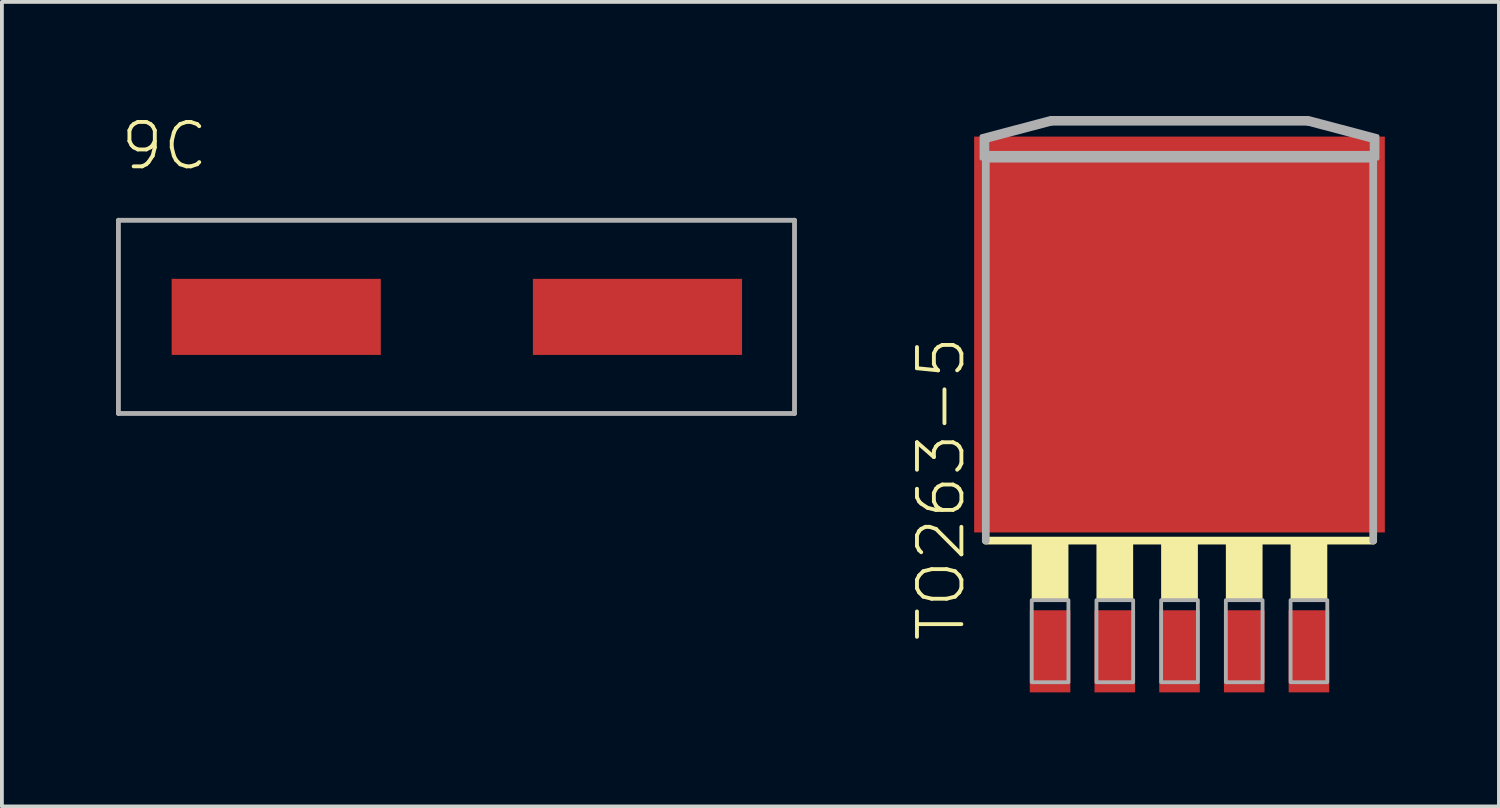
<source format=kicad_pcb>
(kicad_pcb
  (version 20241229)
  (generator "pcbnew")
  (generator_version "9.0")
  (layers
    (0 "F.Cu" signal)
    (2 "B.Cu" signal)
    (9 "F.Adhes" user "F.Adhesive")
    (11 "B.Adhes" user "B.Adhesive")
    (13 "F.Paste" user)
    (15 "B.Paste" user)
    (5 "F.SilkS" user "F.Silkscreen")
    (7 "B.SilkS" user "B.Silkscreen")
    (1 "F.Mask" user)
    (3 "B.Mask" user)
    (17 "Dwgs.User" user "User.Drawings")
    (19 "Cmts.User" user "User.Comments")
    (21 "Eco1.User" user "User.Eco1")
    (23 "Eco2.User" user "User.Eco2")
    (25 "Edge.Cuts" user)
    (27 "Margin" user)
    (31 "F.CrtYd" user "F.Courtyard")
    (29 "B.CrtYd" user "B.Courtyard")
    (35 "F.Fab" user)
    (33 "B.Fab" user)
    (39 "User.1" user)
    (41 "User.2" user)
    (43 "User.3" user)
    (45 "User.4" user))
  (footprint "TO263-5"
    (layer "F.Cu")
    (at 27.968 8.287)
    (property "Reference" "TO263-5" (at -5.588 5.588 90) (unlocked yes) (layer "F.SilkS") (effects (font (size 1.168 1.168) (thickness 0.102)) (justify left bottom)))
    (fp_line (start 5.094 2.88) (end -5.094 2.88) (stroke (width 0.203) (type solid)) (layer "F.SilkS"))
    (fp_poly (pts (xy -3.886 4.47) (xy -2.921 4.47) (xy -2.921 2.794) (xy -3.886 2.794)) (stroke (width 0) (type default)) (fill yes) (layer "F.SilkS"))
    (fp_poly (pts (xy -2.184 4.47) (xy -1.219 4.47) (xy -1.219 2.794) (xy -2.184 2.794)) (stroke (width 0) (type default)) (fill yes) (layer "F.SilkS"))
    (fp_poly (pts (xy -0.483 4.47) (xy 0.483 4.47) (xy 0.483 2.794) (xy -0.483 2.794)) (stroke (width 0) (type default)) (fill yes) (layer "F.SilkS"))
    (fp_poly (pts (xy 1.219 4.47) (xy 2.184 4.47) (xy 2.184 2.794) (xy 1.219 2.794)) (stroke (width 0) (type default)) (fill yes) (layer "F.SilkS"))
    (fp_poly (pts (xy 2.921 4.47) (xy 3.886 4.47) (xy 3.886 2.794) (xy 2.921 2.794)) (stroke (width 0) (type default)) (fill yes) (layer "F.SilkS"))
    (fp_line (start -5.105 -7.678) (end -3.378 -8.135) (stroke (width 0.203) (type solid)) (layer "F.Fab"))
    (fp_line (start -5.105 -7.267) (end -5.105 -7.678) (stroke (width 0.203) (type solid)) (layer "F.Fab"))
    (fp_line (start -5.094 -7.165) (end 5.094 -7.165) (stroke (width 0.203) (type solid)) (layer "F.Fab"))
    (fp_line (start -5.094 2.88) (end -5.094 -7.165) (stroke (width 0.203) (type solid)) (layer "F.Fab"))
    (fp_line (start -3.378 -8.135) (end 3.378 -8.135) (stroke (width 0.203) (type solid)) (layer "F.Fab"))
    (fp_line (start 3.378 -8.135) (end 5.105 -7.678) (stroke (width 0.203) (type solid)) (layer "F.Fab"))
    (fp_line (start 5.094 -7.165) (end 5.094 2.88) (stroke (width 0.203) (type solid)) (layer "F.Fab"))
    (fp_line (start 5.105 -7.678) (end 5.105 -7.267) (stroke (width 0.203) (type solid)) (layer "F.Fab"))
    (fp_line (start 5.105 -7.267) (end -5.105 -7.267) (stroke (width 0.203) (type solid)) (layer "F.Fab"))
    (fp_poly (pts (xy -3.886 6.604) (xy -2.921 6.604) (xy -2.921 4.445) (xy -3.886 4.445)) (stroke (width 0.1) (type default)) (fill no) (layer "F.Fab"))
    (fp_poly (pts (xy -2.184 6.604) (xy -1.219 6.604) (xy -1.219 4.445) (xy -2.184 4.445)) (stroke (width 0.1) (type default)) (fill no) (layer "F.Fab"))
    (fp_poly (pts (xy -0.483 6.604) (xy 0.483 6.604) (xy 0.483 4.445) (xy -0.483 4.445)) (stroke (width 0.1) (type default)) (fill no) (layer "F.Fab"))
    (fp_poly (pts (xy 1.219 6.604) (xy 2.184 6.604) (xy 2.184 4.445) (xy 1.219 4.445)) (stroke (width 0.1) (type default)) (fill no) (layer "F.Fab"))
    (fp_poly (pts (xy 2.921 6.604) (xy 3.886 6.604) (xy 3.886 4.445) (xy 2.921 4.445)) (stroke (width 0.1) (type default)) (fill no) (layer "F.Fab"))
    (fp_poly (pts (xy 5.207 -7.756) (xy 5.207 -7.165) (xy -5.207 -7.165) (xy -5.207 -7.756) (xy -3.391 -8.237) (xy 3.391 -8.237)) (stroke (width 0.1) (type default)) (fill no) (layer "F.Fab"))
    (pad "1" smd rect (at -3.404 5.791) (size 1.067 2.159) (layers "F.Cu" "F.Mask" "F.Paste"))
    (pad "2" smd rect (at -1.702 5.791) (size 1.067 2.159) (layers "F.Cu" "F.Mask" "F.Paste"))
    (pad "3" smd rect (at 0 5.791) (size 1.067 2.159) (layers "F.Cu" "F.Mask" "F.Paste"))
    (pad "4" smd rect (at 1.702 5.791) (size 1.067 2.159) (layers "F.Cu" "F.Mask" "F.Paste"))
    (pad "5" smd rect (at 3.404 5.791) (size 1.067 2.159) (layers "F.Cu" "F.Mask" "F.Paste"))
    (pad "6" smd rect (at 0 -2.54) (size 10.8 10.41) (layers "F.Cu" "F.Mask" "F.Paste")))
  (footprint "9C"
    (layer "F.Cu")
    (at 8.954 5.283)
    (property "Reference" "9C" (at -8.89 -3.81 0) (unlocked yes) (layer "F.SilkS") (effects (font (size 1.168 1.168) (thickness 0.102)) (justify left bottom)))
    (fp_line (start -8.89 -2.54) (end -8.89 2.54) (stroke (width 0.127) (type solid)) (layer "F.Fab"))
    (fp_line (start -8.89 2.54) (end 8.89 2.54) (stroke (width 0.127) (type solid)) (layer "F.Fab"))
    (fp_line (start 8.89 -2.54) (end -8.89 -2.54) (stroke (width 0.127) (type solid)) (layer "F.Fab"))
    (fp_line (start 8.89 2.54) (end 8.89 -2.54) (stroke (width 0.127) (type solid)) (layer "F.Fab"))
    (pad "P$1" smd rect (at -4.74 0) (size 5.5 2) (layers "F.Cu" "F.Mask" "F.Paste"))
    (pad "P$2" smd rect (at 4.76 0) (size 5.5 2) (layers "F.Cu" "F.Mask" "F.Paste")))
  (gr_rect
    (start -3 -3)
    (end 36.368 18.158)
    (stroke (width 0.1) (type default))
    (fill no)
    (layer "Edge.Cuts")))
</source>
